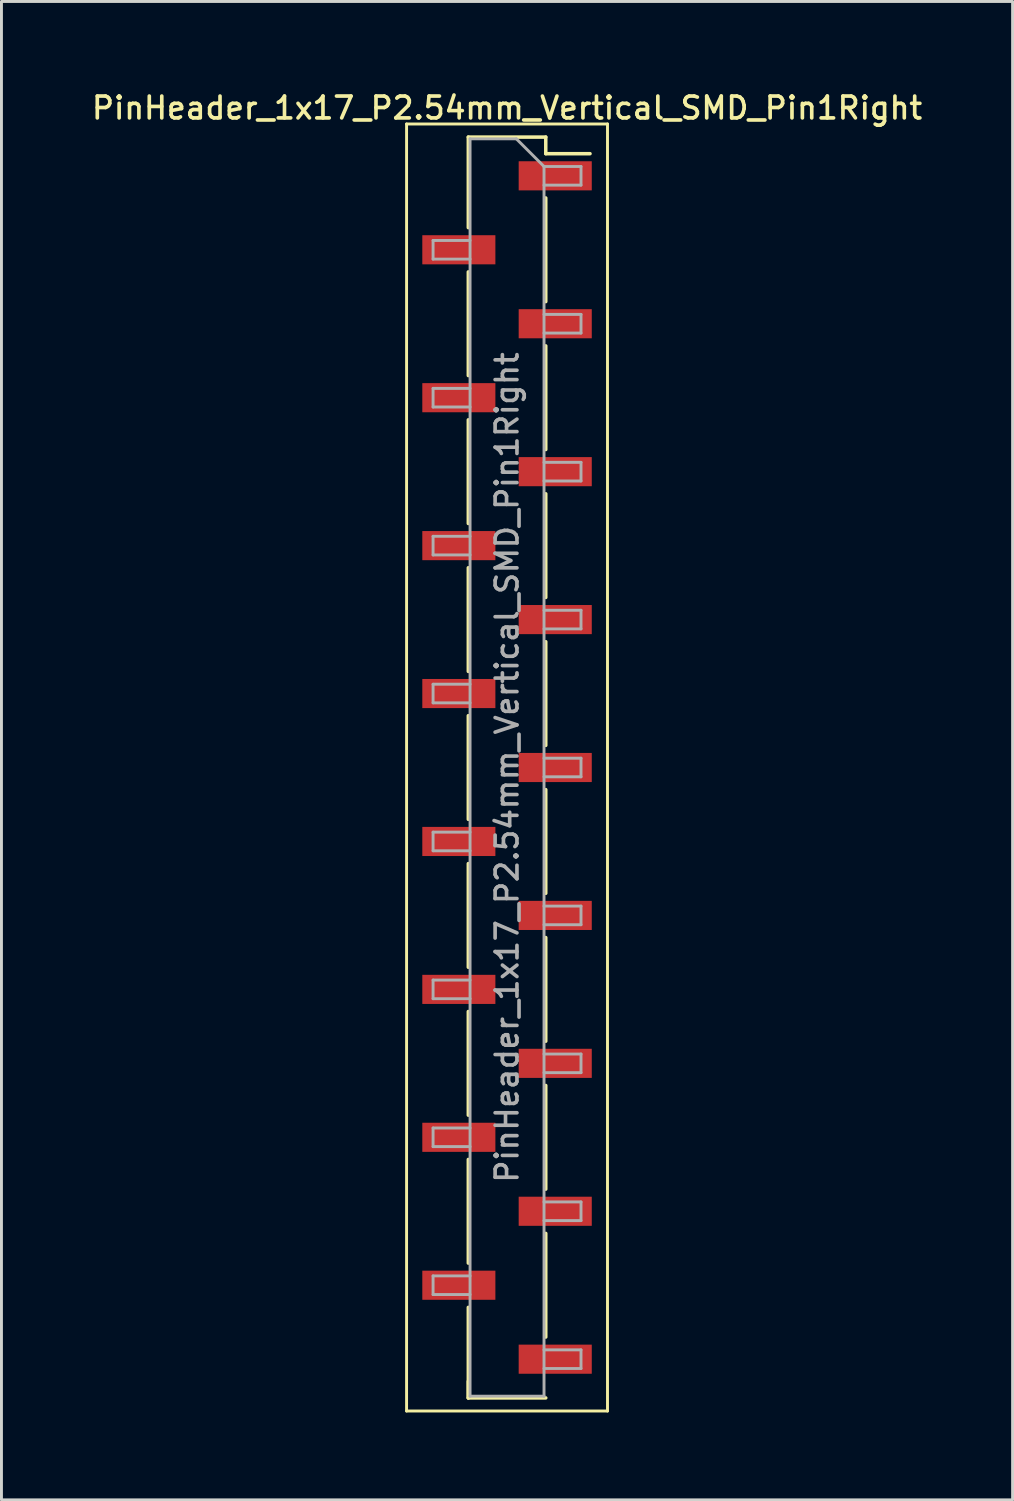
<source format=kicad_pcb>
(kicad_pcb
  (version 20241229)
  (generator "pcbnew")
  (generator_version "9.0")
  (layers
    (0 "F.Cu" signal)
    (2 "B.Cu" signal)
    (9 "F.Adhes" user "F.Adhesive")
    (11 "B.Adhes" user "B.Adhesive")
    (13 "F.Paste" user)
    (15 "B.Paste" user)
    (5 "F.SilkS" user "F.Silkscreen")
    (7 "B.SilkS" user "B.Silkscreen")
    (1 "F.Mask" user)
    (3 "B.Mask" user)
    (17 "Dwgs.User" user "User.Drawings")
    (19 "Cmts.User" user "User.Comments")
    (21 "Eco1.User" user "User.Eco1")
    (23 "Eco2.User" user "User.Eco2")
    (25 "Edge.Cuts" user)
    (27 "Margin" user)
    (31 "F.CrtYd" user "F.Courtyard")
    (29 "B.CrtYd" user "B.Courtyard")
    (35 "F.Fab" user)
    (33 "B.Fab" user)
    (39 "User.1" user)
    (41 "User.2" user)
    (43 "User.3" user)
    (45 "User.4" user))
  (footprint "PinHeader_1x17_P2.54mm_Vertical_SMD_Pin1Right"
    (layer "F.Cu")
    (at 14.363 23.308)
    (property "Reference" "PinHeader_1x17_P2.54mm_Vertical_SMD_Pin1Right" (at 0 -22.65 0) (layer "F.SilkS") (effects (font (size 0.75 0.75) (thickness 0.125))))
    (attr smd)
    (fp_line (start -3.45 -22.1) (end -3.45 22.1) (stroke (width 0.1) (type solid)) (layer "F.SilkS"))
    (fp_line (start -3.45 22.1) (end 3.45 22.1) (stroke (width 0.1) (type solid)) (layer "F.SilkS"))
    (fp_line (start -1.33 -21.65) (end -1.33 -18.54) (stroke (width 0.12) (type solid)) (layer "F.SilkS"))
    (fp_line (start -1.33 -21.65) (end 1.33 -21.65) (stroke (width 0.12) (type solid)) (layer "F.SilkS"))
    (fp_line (start -1.33 -17.02) (end -1.33 -13.46) (stroke (width 0.12) (type solid)) (layer "F.SilkS"))
    (fp_line (start -1.33 -11.94) (end -1.33 -8.38) (stroke (width 0.12) (type solid)) (layer "F.SilkS"))
    (fp_line (start -1.33 -6.86) (end -1.33 -3.3) (stroke (width 0.12) (type solid)) (layer "F.SilkS"))
    (fp_line (start -1.33 -1.78) (end -1.33 1.78) (stroke (width 0.12) (type solid)) (layer "F.SilkS"))
    (fp_line (start -1.33 3.3) (end -1.33 6.86) (stroke (width 0.12) (type solid)) (layer "F.SilkS"))
    (fp_line (start -1.33 8.38) (end -1.33 11.94) (stroke (width 0.12) (type solid)) (layer "F.SilkS"))
    (fp_line (start -1.33 13.46) (end -1.33 17.02) (stroke (width 0.12) (type solid)) (layer "F.SilkS"))
    (fp_line (start -1.33 18.54) (end -1.33 21.65) (stroke (width 0.12) (type solid)) (layer "F.SilkS"))
    (fp_line (start -1.33 21.08) (end -1.33 21.65) (stroke (width 0.12) (type solid)) (layer "F.SilkS"))
    (fp_line (start -1.33 21.65) (end 1.33 21.65) (stroke (width 0.12) (type solid)) (layer "F.SilkS"))
    (fp_line (start 1.33 -21.65) (end 1.33 -21.08) (stroke (width 0.12) (type solid)) (layer "F.SilkS"))
    (fp_line (start 1.33 -21.08) (end 2.85 -21.08) (stroke (width 0.12) (type solid)) (layer "F.SilkS"))
    (fp_line (start 1.33 -19.56) (end 1.33 -16) (stroke (width 0.12) (type solid)) (layer "F.SilkS"))
    (fp_line (start 1.33 -14.48) (end 1.33 -10.92) (stroke (width 0.12) (type solid)) (layer "F.SilkS"))
    (fp_line (start 1.33 -9.4) (end 1.33 -5.84) (stroke (width 0.12) (type solid)) (layer "F.SilkS"))
    (fp_line (start 1.33 -4.32) (end 1.33 -0.76) (stroke (width 0.12) (type solid)) (layer "F.SilkS"))
    (fp_line (start 1.33 0.76) (end 1.33 4.32) (stroke (width 0.12) (type solid)) (layer "F.SilkS"))
    (fp_line (start 1.33 5.84) (end 1.33 9.4) (stroke (width 0.12) (type solid)) (layer "F.SilkS"))
    (fp_line (start 1.33 10.92) (end 1.33 14.48) (stroke (width 0.12) (type solid)) (layer "F.SilkS"))
    (fp_line (start 1.33 16) (end 1.33 19.56) (stroke (width 0.12) (type solid)) (layer "F.SilkS"))
    (fp_line (start 3.45 -22.1) (end -3.45 -22.1) (stroke (width 0.1) (type solid)) (layer "F.SilkS"))
    (fp_line (start 3.45 22.1) (end 3.45 -22.1) (stroke (width 0.1) (type solid)) (layer "F.SilkS"))
    (fp_line (start -2.54 -18.1) (end -2.54 -17.46) (stroke (width 0.1) (type solid)) (layer "F.Fab"))
    (fp_line (start -2.54 -17.46) (end -1.27 -17.46) (stroke (width 0.1) (type solid)) (layer "F.Fab"))
    (fp_line (start -2.54 -13.02) (end -2.54 -12.38) (stroke (width 0.1) (type solid)) (layer "F.Fab"))
    (fp_line (start -2.54 -12.38) (end -1.27 -12.38) (stroke (width 0.1) (type solid)) (layer "F.Fab"))
    (fp_line (start -2.54 -7.94) (end -2.54 -7.3) (stroke (width 0.1) (type solid)) (layer "F.Fab"))
    (fp_line (start -2.54 -7.3) (end -1.27 -7.3) (stroke (width 0.1) (type solid)) (layer "F.Fab"))
    (fp_line (start -2.54 -2.86) (end -2.54 -2.22) (stroke (width 0.1) (type solid)) (layer "F.Fab"))
    (fp_line (start -2.54 -2.22) (end -1.27 -2.22) (stroke (width 0.1) (type solid)) (layer "F.Fab"))
    (fp_line (start -2.54 2.22) (end -2.54 2.86) (stroke (width 0.1) (type solid)) (layer "F.Fab"))
    (fp_line (start -2.54 2.86) (end -1.27 2.86) (stroke (width 0.1) (type solid)) (layer "F.Fab"))
    (fp_line (start -2.54 7.3) (end -2.54 7.94) (stroke (width 0.1) (type solid)) (layer "F.Fab"))
    (fp_line (start -2.54 7.94) (end -1.27 7.94) (stroke (width 0.1) (type solid)) (layer "F.Fab"))
    (fp_line (start -2.54 12.38) (end -2.54 13.02) (stroke (width 0.1) (type solid)) (layer "F.Fab"))
    (fp_line (start -2.54 13.02) (end -1.27 13.02) (stroke (width 0.1) (type solid)) (layer "F.Fab"))
    (fp_line (start -2.54 17.46) (end -2.54 18.1) (stroke (width 0.1) (type solid)) (layer "F.Fab"))
    (fp_line (start -2.54 18.1) (end -1.27 18.1) (stroke (width 0.1) (type solid)) (layer "F.Fab"))
    (fp_line (start -1.27 -21.59) (end -1.27 21.59) (stroke (width 0.1) (type solid)) (layer "F.Fab"))
    (fp_line (start -1.27 -21.59) (end 0.32 -21.59) (stroke (width 0.1) (type solid)) (layer "F.Fab"))
    (fp_line (start -1.27 -18.1) (end -2.54 -18.1) (stroke (width 0.1) (type solid)) (layer "F.Fab"))
    (fp_line (start -1.27 -13.02) (end -2.54 -13.02) (stroke (width 0.1) (type solid)) (layer "F.Fab"))
    (fp_line (start -1.27 -7.94) (end -2.54 -7.94) (stroke (width 0.1) (type solid)) (layer "F.Fab"))
    (fp_line (start -1.27 -2.86) (end -2.54 -2.86) (stroke (width 0.1) (type solid)) (layer "F.Fab"))
    (fp_line (start -1.27 2.22) (end -2.54 2.22) (stroke (width 0.1) (type solid)) (layer "F.Fab"))
    (fp_line (start -1.27 7.3) (end -2.54 7.3) (stroke (width 0.1) (type solid)) (layer "F.Fab"))
    (fp_line (start -1.27 12.38) (end -2.54 12.38) (stroke (width 0.1) (type solid)) (layer "F.Fab"))
    (fp_line (start -1.27 17.46) (end -2.54 17.46) (stroke (width 0.1) (type solid)) (layer "F.Fab"))
    (fp_line (start 1.27 -20.64) (end 0.32 -21.59) (stroke (width 0.1) (type solid)) (layer "F.Fab"))
    (fp_line (start 1.27 -20.64) (end 2.54 -20.64) (stroke (width 0.1) (type solid)) (layer "F.Fab"))
    (fp_line (start 1.27 -15.56) (end 2.54 -15.56) (stroke (width 0.1) (type solid)) (layer "F.Fab"))
    (fp_line (start 1.27 -10.48) (end 2.54 -10.48) (stroke (width 0.1) (type solid)) (layer "F.Fab"))
    (fp_line (start 1.27 -5.4) (end 2.54 -5.4) (stroke (width 0.1) (type solid)) (layer "F.Fab"))
    (fp_line (start 1.27 -0.32) (end 2.54 -0.32) (stroke (width 0.1) (type solid)) (layer "F.Fab"))
    (fp_line (start 1.27 4.76) (end 2.54 4.76) (stroke (width 0.1) (type solid)) (layer "F.Fab"))
    (fp_line (start 1.27 9.84) (end 2.54 9.84) (stroke (width 0.1) (type solid)) (layer "F.Fab"))
    (fp_line (start 1.27 14.92) (end 2.54 14.92) (stroke (width 0.1) (type solid)) (layer "F.Fab"))
    (fp_line (start 1.27 20) (end 2.54 20) (stroke (width 0.1) (type solid)) (layer "F.Fab"))
    (fp_line (start 1.27 21.59) (end -1.27 21.59) (stroke (width 0.1) (type solid)) (layer "F.Fab"))
    (fp_line (start 1.27 21.59) (end 1.27 -20.64) (stroke (width 0.1) (type solid)) (layer "F.Fab"))
    (fp_line (start 2.54 -20.64) (end 2.54 -20) (stroke (width 0.1) (type solid)) (layer "F.Fab"))
    (fp_line (start 2.54 -20) (end 1.27 -20) (stroke (width 0.1) (type solid)) (layer "F.Fab"))
    (fp_line (start 2.54 -15.56) (end 2.54 -14.92) (stroke (width 0.1) (type solid)) (layer "F.Fab"))
    (fp_line (start 2.54 -14.92) (end 1.27 -14.92) (stroke (width 0.1) (type solid)) (layer "F.Fab"))
    (fp_line (start 2.54 -10.48) (end 2.54 -9.84) (stroke (width 0.1) (type solid)) (layer "F.Fab"))
    (fp_line (start 2.54 -9.84) (end 1.27 -9.84) (stroke (width 0.1) (type solid)) (layer "F.Fab"))
    (fp_line (start 2.54 -5.4) (end 2.54 -4.76) (stroke (width 0.1) (type solid)) (layer "F.Fab"))
    (fp_line (start 2.54 -4.76) (end 1.27 -4.76) (stroke (width 0.1) (type solid)) (layer "F.Fab"))
    (fp_line (start 2.54 -0.32) (end 2.54 0.32) (stroke (width 0.1) (type solid)) (layer "F.Fab"))
    (fp_line (start 2.54 0.32) (end 1.27 0.32) (stroke (width 0.1) (type solid)) (layer "F.Fab"))
    (fp_line (start 2.54 4.76) (end 2.54 5.4) (stroke (width 0.1) (type solid)) (layer "F.Fab"))
    (fp_line (start 2.54 5.4) (end 1.27 5.4) (stroke (width 0.1) (type solid)) (layer "F.Fab"))
    (fp_line (start 2.54 9.84) (end 2.54 10.48) (stroke (width 0.1) (type solid)) (layer "F.Fab"))
    (fp_line (start 2.54 10.48) (end 1.27 10.48) (stroke (width 0.1) (type solid)) (layer "F.Fab"))
    (fp_line (start 2.54 14.92) (end 2.54 15.56) (stroke (width 0.1) (type solid)) (layer "F.Fab"))
    (fp_line (start 2.54 15.56) (end 1.27 15.56) (stroke (width 0.1) (type solid)) (layer "F.Fab"))
    (fp_line (start 2.54 20) (end 2.54 20.64) (stroke (width 0.1) (type solid)) (layer "F.Fab"))
    (fp_line (start 2.54 20.64) (end 1.27 20.64) (stroke (width 0.1) (type solid)) (layer "F.Fab"))
    (fp_text user "${REFERENCE}" (at 0 0 90) (layer "F.Fab") (effects (font (size 0.75 0.75) (thickness 0.125))))
    (pad "1" smd rect (at 1.655 -20.32) (size 2.51 1) (layers "F.Cu" "F.Mask" "F.Paste"))
    (pad "2" smd rect (at -1.655 -17.78) (size 2.51 1) (layers "F.Cu" "F.Mask" "F.Paste"))
    (pad "3" smd rect (at 1.655 -15.24) (size 2.51 1) (layers "F.Cu" "F.Mask" "F.Paste"))
    (pad "4" smd rect (at -1.655 -12.7) (size 2.51 1) (layers "F.Cu" "F.Mask" "F.Paste"))
    (pad "5" smd rect (at 1.655 -10.16) (size 2.51 1) (layers "F.Cu" "F.Mask" "F.Paste"))
    (pad "6" smd rect (at -1.655 -7.62) (size 2.51 1) (layers "F.Cu" "F.Mask" "F.Paste"))
    (pad "7" smd rect (at 1.655 -5.08) (size 2.51 1) (layers "F.Cu" "F.Mask" "F.Paste"))
    (pad "8" smd rect (at -1.655 -2.54) (size 2.51 1) (layers "F.Cu" "F.Mask" "F.Paste"))
    (pad "9" smd rect (at 1.655 0) (size 2.51 1) (layers "F.Cu" "F.Mask" "F.Paste"))
    (pad "10" smd rect (at -1.655 2.54) (size 2.51 1) (layers "F.Cu" "F.Mask" "F.Paste"))
    (pad "11" smd rect (at 1.655 5.08) (size 2.51 1) (layers "F.Cu" "F.Mask" "F.Paste"))
    (pad "12" smd rect (at -1.655 7.62) (size 2.51 1) (layers "F.Cu" "F.Mask" "F.Paste"))
    (pad "13" smd rect (at 1.655 10.16) (size 2.51 1) (layers "F.Cu" "F.Mask" "F.Paste"))
    (pad "14" smd rect (at -1.655 12.7) (size 2.51 1) (layers "F.Cu" "F.Mask" "F.Paste"))
    (pad "15" smd rect (at 1.655 15.24) (size 2.51 1) (layers "F.Cu" "F.Mask" "F.Paste"))
    (pad "16" smd rect (at -1.655 17.78) (size 2.51 1) (layers "F.Cu" "F.Mask" "F.Paste"))
    (pad "17" smd rect (at 1.655 20.32) (size 2.51 1) (layers "F.Cu" "F.Mask" "F.Paste")))
  (gr_rect
    (start -3 -3)
    (end 31.725 48.458)
    (stroke (width 0.1) (type default))
    (fill no)
    (layer "Edge.Cuts")))
</source>
